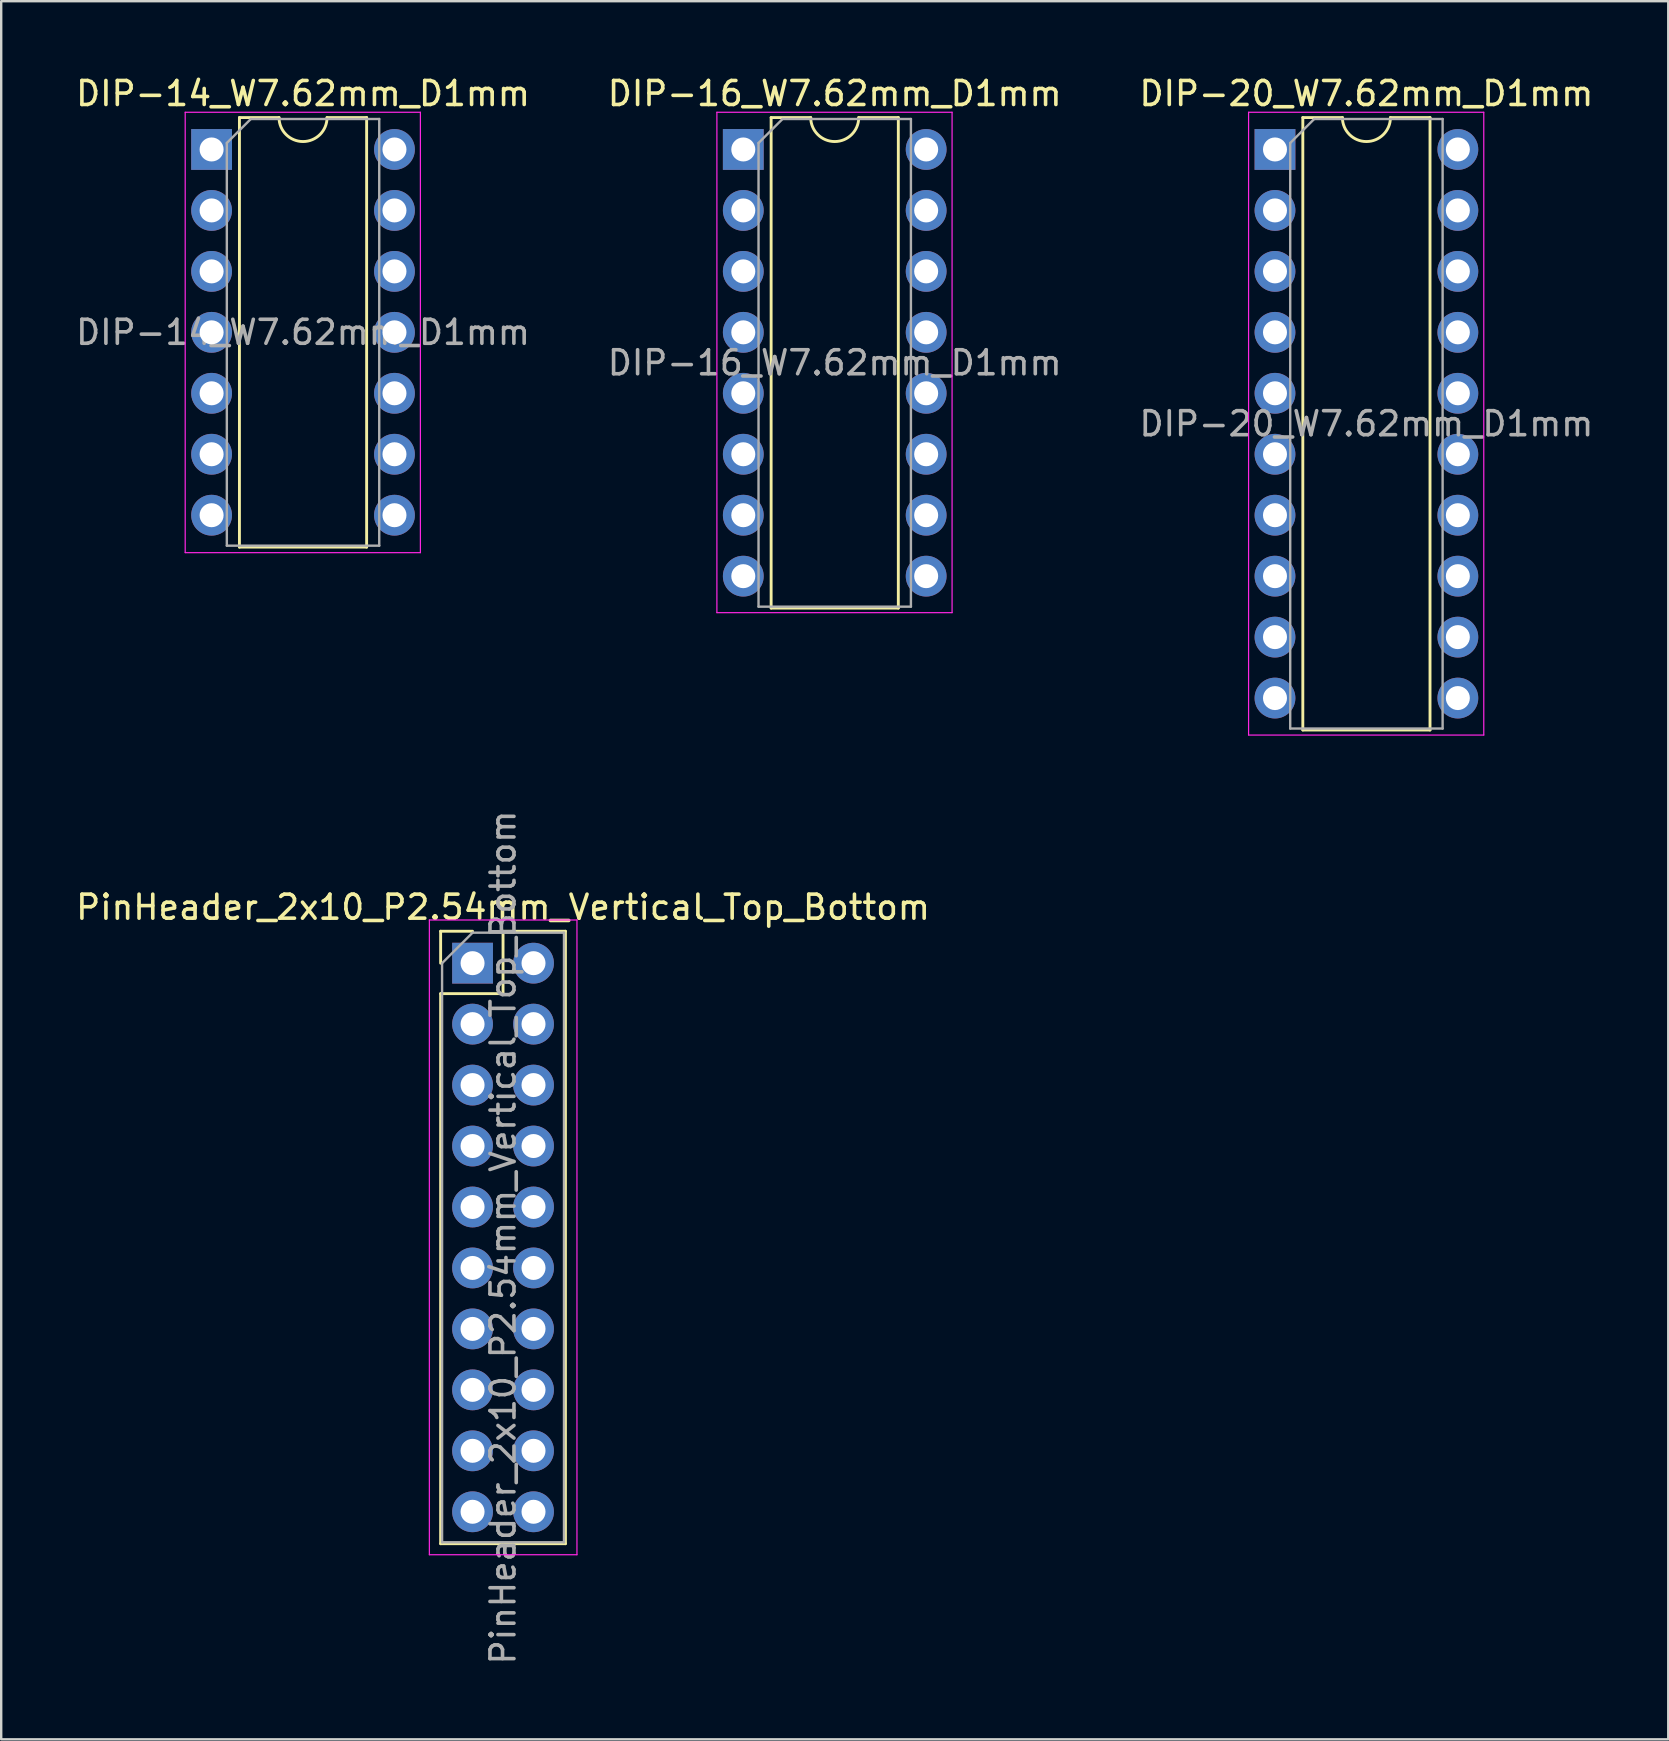
<source format=kicad_pcb>
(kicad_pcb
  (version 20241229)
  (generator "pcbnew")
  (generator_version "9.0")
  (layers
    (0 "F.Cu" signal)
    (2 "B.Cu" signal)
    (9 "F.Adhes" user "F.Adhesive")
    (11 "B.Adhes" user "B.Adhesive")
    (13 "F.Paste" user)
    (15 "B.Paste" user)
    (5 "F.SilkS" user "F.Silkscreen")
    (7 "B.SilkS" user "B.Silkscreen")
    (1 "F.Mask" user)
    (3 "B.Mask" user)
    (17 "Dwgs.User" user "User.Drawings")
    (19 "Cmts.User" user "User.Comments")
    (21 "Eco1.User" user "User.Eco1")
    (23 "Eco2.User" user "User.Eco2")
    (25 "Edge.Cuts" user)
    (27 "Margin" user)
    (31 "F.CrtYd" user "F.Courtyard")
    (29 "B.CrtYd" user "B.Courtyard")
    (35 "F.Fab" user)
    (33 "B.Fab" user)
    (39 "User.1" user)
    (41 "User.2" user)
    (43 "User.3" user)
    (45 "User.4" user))
  (footprint "DIP-14_W7.62mm_D1mm"
    (layer "F.Cu")
    (at 5.767 3.178)
    (property "Reference" "DIP-14_W7.62mm_D1mm" (at 3.81 -2.33 0) (layer "F.SilkS") (effects (font (size 1 1) (thickness 0.15))))
    (attr through_hole)
    (fp_line (start 1.16 -1.33) (end 1.16 16.57) (stroke (width 0.12) (type solid)) (layer "F.SilkS"))
    (fp_line (start 1.16 16.57) (end 6.46 16.57) (stroke (width 0.12) (type solid)) (layer "F.SilkS"))
    (fp_line (start 2.81 -1.33) (end 1.16 -1.33) (stroke (width 0.12) (type solid)) (layer "F.SilkS"))
    (fp_line (start 6.46 -1.33) (end 4.81 -1.33) (stroke (width 0.12) (type solid)) (layer "F.SilkS"))
    (fp_line (start 6.46 16.57) (end 6.46 -1.33) (stroke (width 0.12) (type solid)) (layer "F.SilkS"))
    (fp_arc (start 4.81 -1.33) (mid 3.81 -0.33) (end 2.81 -1.33) (stroke (width 0.12) (type solid)) (layer "F.SilkS"))
    (fp_line (start -1.1 -1.55) (end -1.1 16.8) (stroke (width 0.05) (type solid)) (layer "F.CrtYd"))
    (fp_line (start -1.1 16.8) (end 8.7 16.8) (stroke (width 0.05) (type solid)) (layer "F.CrtYd"))
    (fp_line (start 8.7 -1.55) (end -1.1 -1.55) (stroke (width 0.05) (type solid)) (layer "F.CrtYd"))
    (fp_line (start 8.7 16.8) (end 8.7 -1.55) (stroke (width 0.05) (type solid)) (layer "F.CrtYd"))
    (fp_line (start 0.635 -0.27) (end 1.635 -1.27) (stroke (width 0.1) (type solid)) (layer "F.Fab"))
    (fp_line (start 0.635 16.51) (end 0.635 -0.27) (stroke (width 0.1) (type solid)) (layer "F.Fab"))
    (fp_line (start 1.635 -1.27) (end 6.985 -1.27) (stroke (width 0.1) (type solid)) (layer "F.Fab"))
    (fp_line (start 6.985 -1.27) (end 6.985 16.51) (stroke (width 0.1) (type solid)) (layer "F.Fab"))
    (fp_line (start 6.985 16.51) (end 0.635 16.51) (stroke (width 0.1) (type solid)) (layer "F.Fab"))
    (fp_text user "${REFERENCE}" (at 3.81 7.62 0) (layer "F.Fab") (effects (font (size 1 1) (thickness 0.15))))
    (pad "1" thru_hole rect (at 0 0) (size 1.7 1.7) (drill 1) (layers "*.Cu" "*.Mask"))
    (pad "2" thru_hole oval (at 0 2.54) (size 1.7 1.7) (drill 1) (layers "*.Cu" "*.Mask"))
    (pad "3" thru_hole oval (at 0 5.08) (size 1.7 1.7) (drill 1) (layers "*.Cu" "*.Mask"))
    (pad "4" thru_hole oval (at 0 7.62) (size 1.7 1.7) (drill 1) (layers "*.Cu" "*.Mask"))
    (pad "5" thru_hole oval (at 0 10.16) (size 1.7 1.7) (drill 1) (layers "*.Cu" "*.Mask"))
    (pad "6" thru_hole oval (at 0 12.7) (size 1.7 1.7) (drill 1) (layers "*.Cu" "*.Mask"))
    (pad "7" thru_hole oval (at 0 15.24) (size 1.7 1.7) (drill 1) (layers "*.Cu" "*.Mask"))
    (pad "8" thru_hole oval (at 7.62 15.24) (size 1.7 1.7) (drill 1) (layers "*.Cu" "*.Mask"))
    (pad "9" thru_hole oval (at 7.62 12.7) (size 1.7 1.7) (drill 1) (layers "*.Cu" "*.Mask"))
    (pad "10" thru_hole oval (at 7.62 10.16) (size 1.7 1.7) (drill 1) (layers "*.Cu" "*.Mask"))
    (pad "11" thru_hole oval (at 7.62 7.62) (size 1.7 1.7) (drill 1) (layers "*.Cu" "*.Mask"))
    (pad "12" thru_hole oval (at 7.62 5.08) (size 1.7 1.7) (drill 1) (layers "*.Cu" "*.Mask"))
    (pad "13" thru_hole oval (at 7.62 2.54) (size 1.7 1.7) (drill 1) (layers "*.Cu" "*.Mask"))
    (pad "14" thru_hole oval (at 7.62 0) (size 1.7 1.7) (drill 1) (layers "*.Cu" "*.Mask")))
  (footprint "DIP-16_W7.62mm_D1mm"
    (layer "F.Cu")
    (at 27.922 3.178)
    (property "Reference" "DIP-16_W7.62mm_D1mm" (at 3.81 -2.33 0) (layer "F.SilkS") (effects (font (size 1 1) (thickness 0.15))))
    (attr through_hole)
    (fp_line (start 1.16 -1.33) (end 1.16 19.11) (stroke (width 0.12) (type solid)) (layer "F.SilkS"))
    (fp_line (start 1.16 19.11) (end 6.46 19.11) (stroke (width 0.12) (type solid)) (layer "F.SilkS"))
    (fp_line (start 2.81 -1.33) (end 1.16 -1.33) (stroke (width 0.12) (type solid)) (layer "F.SilkS"))
    (fp_line (start 6.46 -1.33) (end 4.81 -1.33) (stroke (width 0.12) (type solid)) (layer "F.SilkS"))
    (fp_line (start 6.46 19.11) (end 6.46 -1.33) (stroke (width 0.12) (type solid)) (layer "F.SilkS"))
    (fp_arc (start 4.81 -1.33) (mid 3.81 -0.33) (end 2.81 -1.33) (stroke (width 0.12) (type solid)) (layer "F.SilkS"))
    (fp_line (start -1.1 -1.55) (end -1.1 19.3) (stroke (width 0.05) (type solid)) (layer "F.CrtYd"))
    (fp_line (start -1.1 19.3) (end 8.7 19.3) (stroke (width 0.05) (type solid)) (layer "F.CrtYd"))
    (fp_line (start 8.7 -1.55) (end -1.1 -1.55) (stroke (width 0.05) (type solid)) (layer "F.CrtYd"))
    (fp_line (start 8.7 19.3) (end 8.7 -1.55) (stroke (width 0.05) (type solid)) (layer "F.CrtYd"))
    (fp_line (start 0.635 -0.27) (end 1.635 -1.27) (stroke (width 0.1) (type solid)) (layer "F.Fab"))
    (fp_line (start 0.635 19.05) (end 0.635 -0.27) (stroke (width 0.1) (type solid)) (layer "F.Fab"))
    (fp_line (start 1.635 -1.27) (end 6.985 -1.27) (stroke (width 0.1) (type solid)) (layer "F.Fab"))
    (fp_line (start 6.985 -1.27) (end 6.985 19.05) (stroke (width 0.1) (type solid)) (layer "F.Fab"))
    (fp_line (start 6.985 19.05) (end 0.635 19.05) (stroke (width 0.1) (type solid)) (layer "F.Fab"))
    (fp_text user "${REFERENCE}" (at 3.81 8.89 0) (layer "F.Fab") (effects (font (size 1 1) (thickness 0.15))))
    (pad "1" thru_hole rect (at 0 0) (size 1.7 1.7) (drill 1) (layers "*.Cu" "*.Mask"))
    (pad "2" thru_hole oval (at 0 2.54) (size 1.7 1.7) (drill 1) (layers "*.Cu" "*.Mask"))
    (pad "3" thru_hole oval (at 0 5.08) (size 1.7 1.7) (drill 1) (layers "*.Cu" "*.Mask"))
    (pad "4" thru_hole oval (at 0 7.62) (size 1.7 1.7) (drill 1) (layers "*.Cu" "*.Mask"))
    (pad "5" thru_hole oval (at 0 10.16) (size 1.7 1.7) (drill 1) (layers "*.Cu" "*.Mask"))
    (pad "6" thru_hole oval (at 0 12.7) (size 1.7 1.7) (drill 1) (layers "*.Cu" "*.Mask"))
    (pad "7" thru_hole oval (at 0 15.24) (size 1.7 1.7) (drill 1) (layers "*.Cu" "*.Mask"))
    (pad "8" thru_hole oval (at 0 17.78) (size 1.7 1.7) (drill 1) (layers "*.Cu" "*.Mask"))
    (pad "9" thru_hole oval (at 7.62 17.78) (size 1.7 1.7) (drill 1) (layers "*.Cu" "*.Mask"))
    (pad "10" thru_hole oval (at 7.62 15.24) (size 1.7 1.7) (drill 1) (layers "*.Cu" "*.Mask"))
    (pad "11" thru_hole oval (at 7.62 12.7) (size 1.7 1.7) (drill 1) (layers "*.Cu" "*.Mask"))
    (pad "12" thru_hole oval (at 7.62 10.16) (size 1.7 1.7) (drill 1) (layers "*.Cu" "*.Mask"))
    (pad "13" thru_hole oval (at 7.62 7.62) (size 1.7 1.7) (drill 1) (layers "*.Cu" "*.Mask"))
    (pad "14" thru_hole oval (at 7.62 5.08) (size 1.7 1.7) (drill 1) (layers "*.Cu" "*.Mask"))
    (pad "15" thru_hole oval (at 7.62 2.54) (size 1.7 1.7) (drill 1) (layers "*.Cu" "*.Mask"))
    (pad "16" thru_hole oval (at 7.62 0) (size 1.7 1.7) (drill 1) (layers "*.Cu" "*.Mask")))
  (footprint "PinHeader_2x10_P2.54mm_Vertical_Top_Bottom"
    (layer "F.Cu")
    (at 16.641 37.084)
    (property "Reference" "PinHeader_2x10_P2.54mm_Vertical_Top_Bottom" (at 1.27 -2.33 0) (layer "F.SilkS") (effects (font (size 1 1) (thickness 0.15))))
    (attr through_hole)
    (fp_line (start -1.33 -1.33) (end 0 -1.33) (stroke (width 0.12) (type solid)) (layer "F.SilkS"))
    (fp_line (start -1.33 0) (end -1.33 -1.33) (stroke (width 0.12) (type solid)) (layer "F.SilkS"))
    (fp_line (start -1.33 1.27) (end -1.33 24.19) (stroke (width 0.12) (type solid)) (layer "F.SilkS"))
    (fp_line (start -1.33 1.27) (end 1.27 1.27) (stroke (width 0.12) (type solid)) (layer "F.SilkS"))
    (fp_line (start -1.33 24.19) (end 3.87 24.19) (stroke (width 0.12) (type solid)) (layer "F.SilkS"))
    (fp_line (start 1.27 -1.33) (end 3.87 -1.33) (stroke (width 0.12) (type solid)) (layer "F.SilkS"))
    (fp_line (start 1.27 1.27) (end 1.27 -1.33) (stroke (width 0.12) (type solid)) (layer "F.SilkS"))
    (fp_line (start 3.87 -1.33) (end 3.87 24.19) (stroke (width 0.12) (type solid)) (layer "F.SilkS"))
    (fp_line (start -1.8 -1.8) (end -1.8 24.65) (stroke (width 0.05) (type solid)) (layer "F.CrtYd"))
    (fp_line (start -1.8 24.65) (end 4.35 24.65) (stroke (width 0.05) (type solid)) (layer "F.CrtYd"))
    (fp_line (start 4.35 -1.8) (end -1.8 -1.8) (stroke (width 0.05) (type solid)) (layer "F.CrtYd"))
    (fp_line (start 4.35 24.65) (end 4.35 -1.8) (stroke (width 0.05) (type solid)) (layer "F.CrtYd"))
    (fp_line (start -1.27 0) (end 0 -1.27) (stroke (width 0.1) (type solid)) (layer "F.Fab"))
    (fp_line (start -1.27 24.13) (end -1.27 0) (stroke (width 0.1) (type solid)) (layer "F.Fab"))
    (fp_line (start 0 -1.27) (end 3.81 -1.27) (stroke (width 0.1) (type solid)) (layer "F.Fab"))
    (fp_line (start 3.81 -1.27) (end 3.81 24.13) (stroke (width 0.1) (type solid)) (layer "F.Fab"))
    (fp_line (start 3.81 24.13) (end -1.27 24.13) (stroke (width 0.1) (type solid)) (layer "F.Fab"))
    (fp_text user "${REFERENCE}" (at 1.27 11.43 90) (layer "F.Fab") (effects (font (size 1 1) (thickness 0.15))))
    (pad "1" thru_hole rect (at 0 0) (size 1.7 1.7) (drill 1) (layers "*.Cu" "*.Mask"))
    (pad "2" thru_hole oval (at 0 2.54) (size 1.7 1.7) (drill 1) (layers "*.Cu" "*.Mask"))
    (pad "3" thru_hole oval (at 0 5.08) (size 1.7 1.7) (drill 1) (layers "*.Cu" "*.Mask"))
    (pad "4" thru_hole oval (at 0 7.62) (size 1.7 1.7) (drill 1) (layers "*.Cu" "*.Mask"))
    (pad "5" thru_hole oval (at 0 10.16) (size 1.7 1.7) (drill 1) (layers "*.Cu" "*.Mask"))
    (pad "6" thru_hole oval (at 0 12.7) (size 1.7 1.7) (drill 1) (layers "*.Cu" "*.Mask"))
    (pad "7" thru_hole oval (at 0 15.24) (size 1.7 1.7) (drill 1) (layers "*.Cu" "*.Mask"))
    (pad "8" thru_hole oval (at 0 17.78) (size 1.7 1.7) (drill 1) (layers "*.Cu" "*.Mask"))
    (pad "9" thru_hole oval (at 0 20.32) (size 1.7 1.7) (drill 1) (layers "*.Cu" "*.Mask"))
    (pad "10" thru_hole oval (at 0 22.86) (size 1.7 1.7) (drill 1) (layers "*.Cu" "*.Mask"))
    (pad "11" thru_hole oval (at 2.54 0) (size 1.7 1.7) (drill 1) (layers "*.Cu" "*.Mask"))
    (pad "12" thru_hole oval (at 2.54 2.54) (size 1.7 1.7) (drill 1) (layers "*.Cu" "*.Mask"))
    (pad "13" thru_hole oval (at 2.54 5.08) (size 1.7 1.7) (drill 1) (layers "*.Cu" "*.Mask"))
    (pad "14" thru_hole oval (at 2.54 7.62) (size 1.7 1.7) (drill 1) (layers "*.Cu" "*.Mask"))
    (pad "15" thru_hole oval (at 2.54 10.16) (size 1.7 1.7) (drill 1) (layers "*.Cu" "*.Mask"))
    (pad "16" thru_hole oval (at 2.54 12.7) (size 1.7 1.7) (drill 1) (layers "*.Cu" "*.Mask"))
    (pad "17" thru_hole oval (at 2.54 15.24) (size 1.7 1.7) (drill 1) (layers "*.Cu" "*.Mask"))
    (pad "18" thru_hole oval (at 2.54 17.78) (size 1.7 1.7) (drill 1) (layers "*.Cu" "*.Mask"))
    (pad "19" thru_hole oval (at 2.54 20.32) (size 1.7 1.7) (drill 1) (layers "*.Cu" "*.Mask"))
    (pad "20" thru_hole oval (at 2.54 22.86) (size 1.7 1.7) (drill 1) (layers "*.Cu" "*.Mask")))
  (footprint "DIP-20_W7.62mm_D1mm"
    (layer "F.Cu")
    (at 50.077 3.178)
    (property "Reference" "DIP-20_W7.62mm_D1mm" (at 3.81 -2.33 0) (layer "F.SilkS") (effects (font (size 1 1) (thickness 0.15))))
    (attr through_hole)
    (fp_line (start 1.16 -1.33) (end 1.16 24.19) (stroke (width 0.12) (type solid)) (layer "F.SilkS"))
    (fp_line (start 1.16 24.19) (end 6.46 24.19) (stroke (width 0.12) (type solid)) (layer "F.SilkS"))
    (fp_line (start 2.81 -1.33) (end 1.16 -1.33) (stroke (width 0.12) (type solid)) (layer "F.SilkS"))
    (fp_line (start 6.46 -1.33) (end 4.81 -1.33) (stroke (width 0.12) (type solid)) (layer "F.SilkS"))
    (fp_line (start 6.46 24.19) (end 6.46 -1.33) (stroke (width 0.12) (type solid)) (layer "F.SilkS"))
    (fp_arc (start 4.81 -1.33) (mid 3.81 -0.33) (end 2.81 -1.33) (stroke (width 0.12) (type solid)) (layer "F.SilkS"))
    (fp_line (start -1.1 -1.55) (end -1.1 24.4) (stroke (width 0.05) (type solid)) (layer "F.CrtYd"))
    (fp_line (start -1.1 24.4) (end 8.7 24.4) (stroke (width 0.05) (type solid)) (layer "F.CrtYd"))
    (fp_line (start 8.7 -1.55) (end -1.1 -1.55) (stroke (width 0.05) (type solid)) (layer "F.CrtYd"))
    (fp_line (start 8.7 24.4) (end 8.7 -1.55) (stroke (width 0.05) (type solid)) (layer "F.CrtYd"))
    (fp_line (start 0.635 -0.27) (end 1.635 -1.27) (stroke (width 0.1) (type solid)) (layer "F.Fab"))
    (fp_line (start 0.635 24.13) (end 0.635 -0.27) (stroke (width 0.1) (type solid)) (layer "F.Fab"))
    (fp_line (start 1.635 -1.27) (end 6.985 -1.27) (stroke (width 0.1) (type solid)) (layer "F.Fab"))
    (fp_line (start 6.985 -1.27) (end 6.985 24.13) (stroke (width 0.1) (type solid)) (layer "F.Fab"))
    (fp_line (start 6.985 24.13) (end 0.635 24.13) (stroke (width 0.1) (type solid)) (layer "F.Fab"))
    (fp_text user "${REFERENCE}" (at 3.81 11.43 0) (layer "F.Fab") (effects (font (size 1 1) (thickness 0.15))))
    (pad "1" thru_hole rect (at 0 0) (size 1.7 1.7) (drill 1) (layers "*.Cu" "*.Mask"))
    (pad "2" thru_hole oval (at 0 2.54) (size 1.7 1.7) (drill 1) (layers "*.Cu" "*.Mask"))
    (pad "3" thru_hole oval (at 0 5.08) (size 1.7 1.7) (drill 1) (layers "*.Cu" "*.Mask"))
    (pad "4" thru_hole oval (at 0 7.62) (size 1.7 1.7) (drill 1) (layers "*.Cu" "*.Mask"))
    (pad "5" thru_hole oval (at 0 10.16) (size 1.7 1.7) (drill 1) (layers "*.Cu" "*.Mask"))
    (pad "6" thru_hole oval (at 0 12.7) (size 1.7 1.7) (drill 1) (layers "*.Cu" "*.Mask"))
    (pad "7" thru_hole oval (at 0 15.24) (size 1.7 1.7) (drill 1) (layers "*.Cu" "*.Mask"))
    (pad "8" thru_hole oval (at 0 17.78) (size 1.7 1.7) (drill 1) (layers "*.Cu" "*.Mask"))
    (pad "9" thru_hole oval (at 0 20.32) (size 1.7 1.7) (drill 1) (layers "*.Cu" "*.Mask"))
    (pad "10" thru_hole oval (at 0 22.86) (size 1.7 1.7) (drill 1) (layers "*.Cu" "*.Mask"))
    (pad "11" thru_hole oval (at 7.62 22.86) (size 1.7 1.7) (drill 1) (layers "*.Cu" "*.Mask"))
    (pad "12" thru_hole oval (at 7.62 20.32) (size 1.7 1.7) (drill 1) (layers "*.Cu" "*.Mask"))
    (pad "13" thru_hole oval (at 7.62 17.78) (size 1.7 1.7) (drill 1) (layers "*.Cu" "*.Mask"))
    (pad "14" thru_hole oval (at 7.62 15.24) (size 1.7 1.7) (drill 1) (layers "*.Cu" "*.Mask"))
    (pad "15" thru_hole oval (at 7.62 12.7) (size 1.7 1.7) (drill 1) (layers "*.Cu" "*.Mask"))
    (pad "16" thru_hole oval (at 7.62 10.16) (size 1.7 1.7) (drill 1) (layers "*.Cu" "*.Mask"))
    (pad "17" thru_hole oval (at 7.62 7.62) (size 1.7 1.7) (drill 1) (layers "*.Cu" "*.Mask"))
    (pad "18" thru_hole oval (at 7.62 5.08) (size 1.7 1.7) (drill 1) (layers "*.Cu" "*.Mask"))
    (pad "19" thru_hole oval (at 7.62 2.54) (size 1.7 1.7) (drill 1) (layers "*.Cu" "*.Mask"))
    (pad "20" thru_hole oval (at 7.62 0) (size 1.7 1.7) (drill 1) (layers "*.Cu" "*.Mask")))
  (gr_rect
    (start -3 -3)
    (end 66.464 69.425)
    (stroke (width 0.1) (type default))
    (fill no)
    (layer "Edge.Cuts")))
</source>
